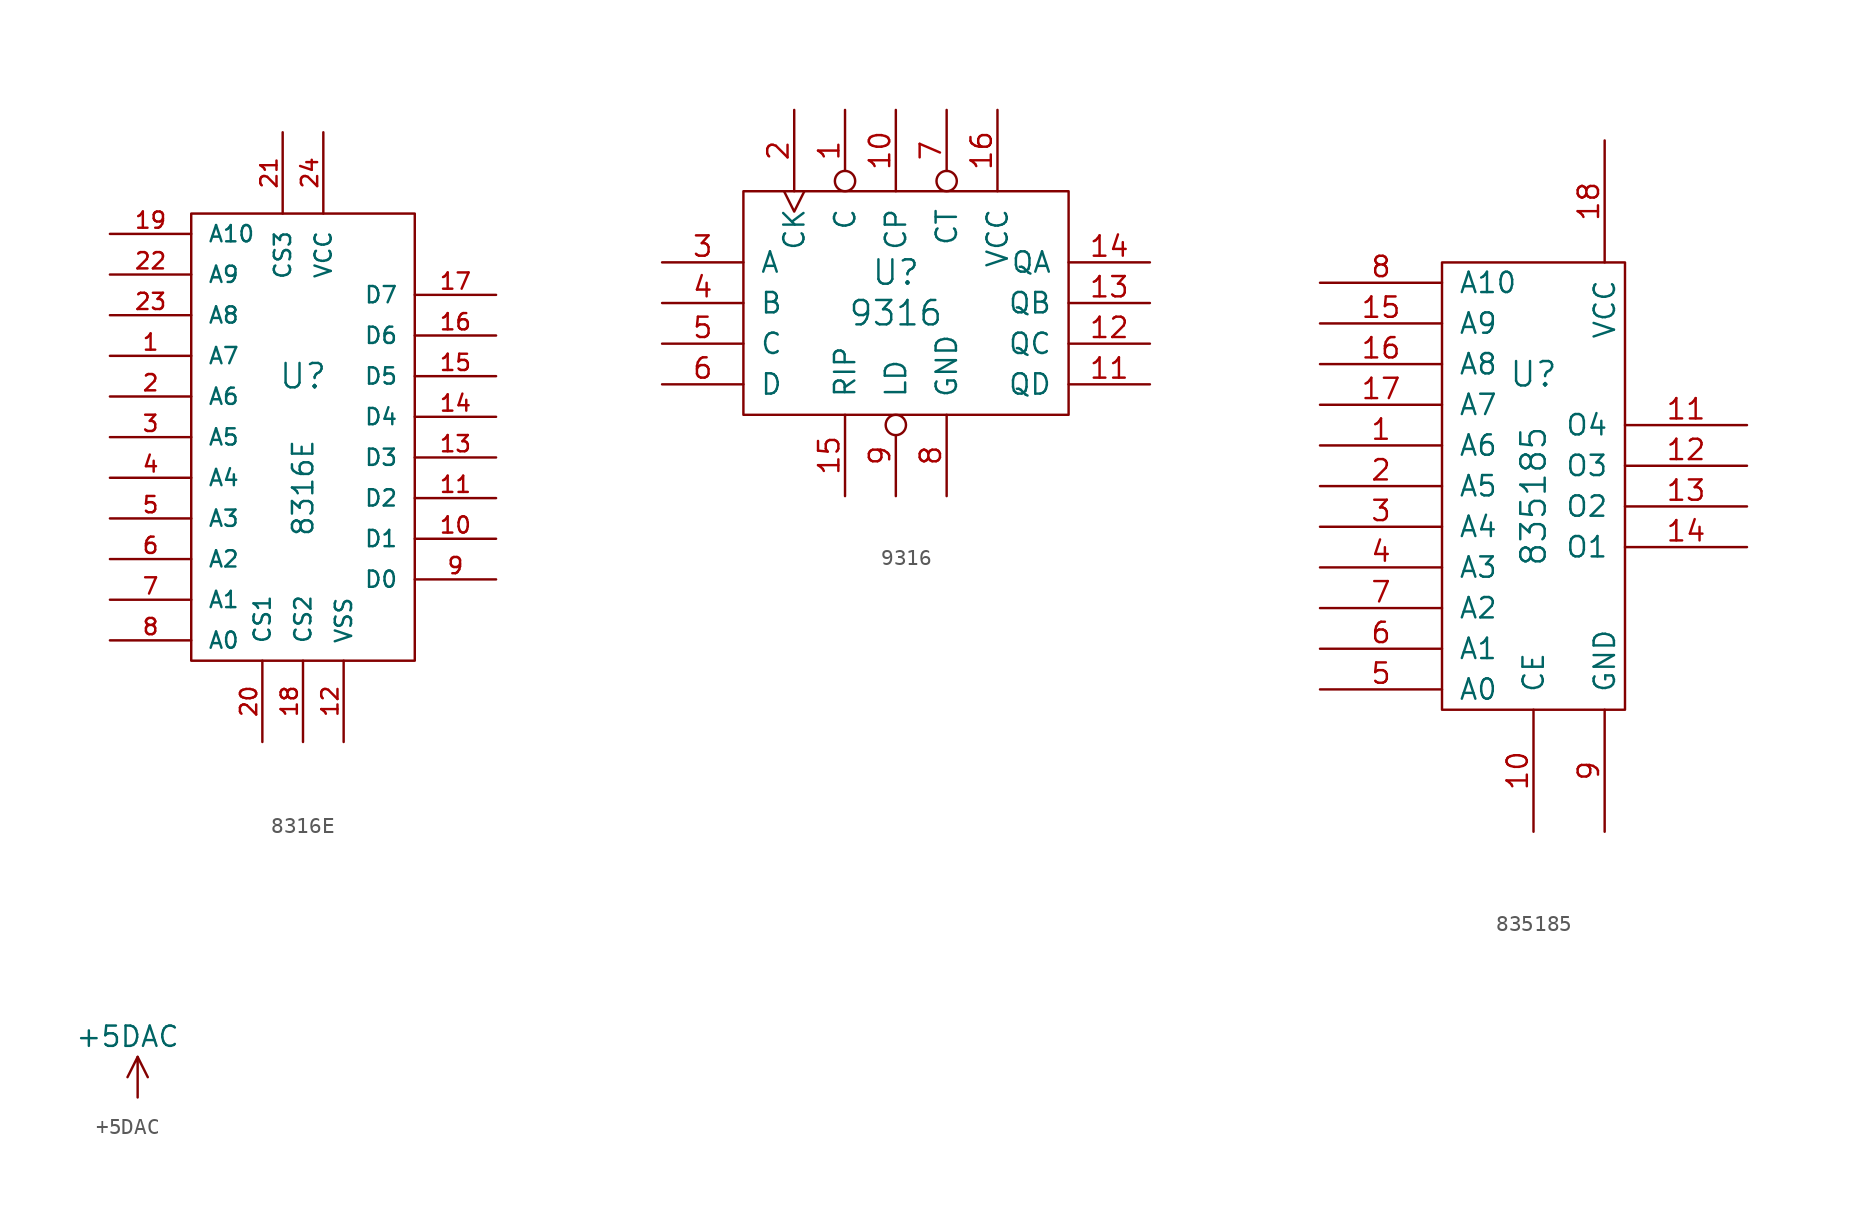
<source format=kicad_sym>
(kicad_symbol_lib
  (version 20211014)
  (generator kicad_symbol_editor)
  (symbol "8316E"
    (pin_names
      (offset 1.016))
    (property "Reference" "U"
      (at 0 3.81 0)
      (effects (font (size 1.524 1.524))))
    (property "Value" "8316E"
      (at 0 -3.175 90)
      (effects (font (size 1.27 1.27))))
    (symbol "8316E_0_1"
      (rectangle (start -6.985 13.97) (end 6.985 -13.97) (stroke (width 0) (type default) (color 0 0 0 0)) (fill (type none))))
    (symbol "8316E_1_0"
      (pin input line (at -12.065 5.08 0) (length 5.08) (name "A7" (effects (font (size 1.016 1.016)))) (number "1" (effects (font (size 1.016 1.016)))))
      (pin bidirectional line (at 12.065 -6.35 180) (length 5.08) (name "D1" (effects (font (size 1.016 1.016)))) (number "10" (effects (font (size 1.016 1.016)))))
      (pin bidirectional line (at 12.065 -3.81 180) (length 5.08) (name "D2" (effects (font (size 1.016 1.016)))) (number "11" (effects (font (size 1.016 1.016)))))
      (pin power_in line (at 2.54 -19.05 90) (length 5.08) (name "VSS" (effects (font (size 1.016 1.016)))) (number "12" (effects (font (size 1.016 1.016)))))
      (pin bidirectional line (at 12.065 -1.27 180) (length 5.08) (name "D3" (effects (font (size 1.016 1.016)))) (number "13" (effects (font (size 1.016 1.016)))))
      (pin bidirectional line (at 12.065 1.27 180) (length 5.08) (name "D4" (effects (font (size 1.016 1.016)))) (number "14" (effects (font (size 1.016 1.016)))))
      (pin bidirectional line (at 12.065 3.81 180) (length 5.08) (name "D5" (effects (font (size 1.016 1.016)))) (number "15" (effects (font (size 1.016 1.016)))))
      (pin bidirectional line (at 12.065 6.35 180) (length 5.08) (name "D6" (effects (font (size 1.016 1.016)))) (number "16" (effects (font (size 1.016 1.016)))))
      (pin bidirectional line (at 12.065 8.89 180) (length 5.08) (name "D7" (effects (font (size 1.016 1.016)))) (number "17" (effects (font (size 1.016 1.016)))))
      (pin input line (at 0 -19.05 90) (length 5.08) (name "CS2" (effects (font (size 1.016 1.016)))) (number "18" (effects (font (size 1.016 1.016)))))
      (pin input line (at -12.065 12.7 0) (length 5.08) (name "A10" (effects (font (size 1.016 1.016)))) (number "19" (effects (font (size 1.016 1.016)))))
      (pin input line (at -12.065 2.54 0) (length 5.08) (name "A6" (effects (font (size 1.016 1.016)))) (number "2" (effects (font (size 1.016 1.016)))))
      (pin input line (at -2.54 -19.05 90) (length 5.08) (name "CS1" (effects (font (size 1.016 1.016)))) (number "20" (effects (font (size 1.016 1.016)))))
      (pin input line (at -1.27 19.05 270) (length 5.08) (name "CS3" (effects (font (size 1.016 1.016)))) (number "21" (effects (font (size 1.016 1.016)))))
      (pin input line (at -12.065 10.16 0) (length 5.08) (name "A9" (effects (font (size 1.016 1.016)))) (number "22" (effects (font (size 1.016 1.016)))))
      (pin input line (at -12.065 7.62 0) (length 5.08) (name "A8" (effects (font (size 1.016 1.016)))) (number "23" (effects (font (size 1.016 1.016)))))
      (pin input line (at 1.27 19.05 270) (length 5.08) (name "VCC" (effects (font (size 1.016 1.016)))) (number "24" (effects (font (size 1.016 1.016)))))
      (pin input line (at -12.065 0 0) (length 5.08) (name "A5" (effects (font (size 1.016 1.016)))) (number "3" (effects (font (size 1.016 1.016)))))
      (pin input line (at -12.065 -2.54 0) (length 5.08) (name "A4" (effects (font (size 1.016 1.016)))) (number "4" (effects (font (size 1.016 1.016)))))
      (pin input line (at -12.065 -5.08 0) (length 5.08) (name "A3" (effects (font (size 1.016 1.016)))) (number "5" (effects (font (size 1.016 1.016)))))
      (pin input line (at -12.065 -7.62 0) (length 5.08) (name "A2" (effects (font (size 1.016 1.016)))) (number "6" (effects (font (size 1.016 1.016)))))
      (pin input line (at -12.065 -10.16 0) (length 5.08) (name "A1" (effects (font (size 1.016 1.016)))) (number "7" (effects (font (size 1.016 1.016)))))
      (pin input line (at -12.065 -12.7 0) (length 5.08) (name "A0" (effects (font (size 1.016 1.016)))) (number "8" (effects (font (size 1.016 1.016)))))
      (pin bidirectional line (at 12.065 -8.89 180) (length 5.08) (name "D0" (effects (font (size 1.016 1.016)))) (number "9" (effects (font (size 1.016 1.016)))))))
  (symbol "9316"
    (pin_names
      (offset 1.016))
    (property "Reference" "U"
      (at 0 3.175 0)
      (effects (font (size 1.524 1.524))))
    (property "Value" "9316"
      (at 0 0.635 0)
      (effects (font (size 1.524 1.524))))
    (symbol "9316_0_1"
      (rectangle (start -9.525 8.255) (end 10.795 -5.715) (stroke (width 0) (type default) (color 0 0 0 0)) (fill (type none))))
    (symbol "9316_1_1"
      (pin input inverted (at -3.175 13.335 270) (length 5.08) (name "C" (effects (font (size 1.27 1.27)))) (number "1" (effects (font (size 1.27 1.27)))))
      (pin input line (at 0 13.335 270) (length 5.08) (name "CP" (effects (font (size 1.27 1.27)))) (number "10" (effects (font (size 1.27 1.27)))))
      (pin output line (at 15.875 -3.81 180) (length 5.08) (name "QD" (effects (font (size 1.27 1.27)))) (number "11" (effects (font (size 1.27 1.27)))))
      (pin output line (at 15.875 -1.27 180) (length 5.08) (name "QC" (effects (font (size 1.27 1.27)))) (number "12" (effects (font (size 1.27 1.27)))))
      (pin output line (at 15.875 1.27 180) (length 5.08) (name "QB" (effects (font (size 1.27 1.27)))) (number "13" (effects (font (size 1.27 1.27)))))
      (pin output line (at 15.875 3.81 180) (length 5.08) (name "QA" (effects (font (size 1.27 1.27)))) (number "14" (effects (font (size 1.27 1.27)))))
      (pin output line (at -3.175 -10.795 90) (length 5.08) (name "RIP" (effects (font (size 1.27 1.27)))) (number "15" (effects (font (size 1.27 1.27)))))
      (pin power_in line (at 6.35 13.335 270) (length 5.08) (name "VCC" (effects (font (size 1.27 1.27)))) (number "16" (effects (font (size 1.27 1.27)))))
      (pin input clock (at -6.35 13.335 270) (length 5.08) (name "CK" (effects (font (size 1.27 1.27)))) (number "2" (effects (font (size 1.27 1.27)))))
      (pin input line (at -14.605 3.81 0) (length 5.08) (name "A" (effects (font (size 1.27 1.27)))) (number "3" (effects (font (size 1.27 1.27)))))
      (pin input line (at -14.605 1.27 0) (length 5.08) (name "B" (effects (font (size 1.27 1.27)))) (number "4" (effects (font (size 1.27 1.27)))))
      (pin input line (at -14.605 -1.27 0) (length 5.08) (name "C" (effects (font (size 1.27 1.27)))) (number "5" (effects (font (size 1.27 1.27)))))
      (pin input line (at -14.605 -3.81 0) (length 5.08) (name "D" (effects (font (size 1.27 1.27)))) (number "6" (effects (font (size 1.27 1.27)))))
      (pin input inverted (at 3.175 13.335 270) (length 5.08) (name "CT" (effects (font (size 1.27 1.27)))) (number "7" (effects (font (size 1.27 1.27)))))
      (pin power_in line (at 3.175 -10.795 90) (length 5.08) (name "GND" (effects (font (size 1.27 1.27)))) (number "8" (effects (font (size 1.27 1.27)))))
      (pin input inverted (at 0 -10.795 90) (length 5.08) (name "LD" (effects (font (size 1.27 1.27)))) (number "9" (effects (font (size 1.27 1.27)))))))
  (symbol "835185"
    (pin_names
      (offset 1.016))
    (property "Reference" "U"
      (at 0 6.985 0)
      (effects (font (size 1.524 1.524))))
    (property "Value" "835185"
      (at 0 -0.635 90)
      (effects (font (size 1.524 1.524))))
    (symbol "835185_0_1"
      (rectangle (start -5.715 -13.97) (end 5.715 13.97) (stroke (width 0) (type default) (color 0 0 0 0)) (fill (type none))))
    (symbol "835185_1_0"
      (pin input line (at -13.335 2.54 0) (length 7.62) (name "A6" (effects (font (size 1.27 1.27)))) (number "1" (effects (font (size 1.27 1.27)))))
      (pin input line (at 0 -21.59 90) (length 7.62) (name "CE" (effects (font (size 1.27 1.27)))) (number "10" (effects (font (size 1.27 1.27)))))
      (pin output line (at 13.335 3.81 180) (length 7.62) (name "O4" (effects (font (size 1.27 1.27)))) (number "11" (effects (font (size 1.27 1.27)))))
      (pin output line (at 13.335 1.27 180) (length 7.62) (name "O3" (effects (font (size 1.27 1.27)))) (number "12" (effects (font (size 1.27 1.27)))))
      (pin output line (at 13.335 -1.27 180) (length 7.62) (name "O2" (effects (font (size 1.27 1.27)))) (number "13" (effects (font (size 1.27 1.27)))))
      (pin output line (at 13.335 -3.81 180) (length 7.62) (name "O1" (effects (font (size 1.27 1.27)))) (number "14" (effects (font (size 1.27 1.27)))))
      (pin input line (at -13.335 10.16 0) (length 7.62) (name "A9" (effects (font (size 1.27 1.27)))) (number "15" (effects (font (size 1.27 1.27)))))
      (pin input line (at -13.335 7.62 0) (length 7.62) (name "A8" (effects (font (size 1.27 1.27)))) (number "16" (effects (font (size 1.27 1.27)))))
      (pin input line (at -13.335 5.08 0) (length 7.62) (name "A7" (effects (font (size 1.27 1.27)))) (number "17" (effects (font (size 1.27 1.27)))))
      (pin power_in line (at 4.445 21.59 270) (length 7.62) (name "VCC" (effects (font (size 1.27 1.27)))) (number "18" (effects (font (size 1.27 1.27)))))
      (pin input line (at -13.335 0 0) (length 7.62) (name "A5" (effects (font (size 1.27 1.27)))) (number "2" (effects (font (size 1.27 1.27)))))
      (pin input line (at -13.335 -2.54 0) (length 7.62) (name "A4" (effects (font (size 1.27 1.27)))) (number "3" (effects (font (size 1.27 1.27)))))
      (pin input line (at -13.335 -5.08 0) (length 7.62) (name "A3" (effects (font (size 1.27 1.27)))) (number "4" (effects (font (size 1.27 1.27)))))
      (pin input line (at -13.335 -12.7 0) (length 7.62) (name "A0" (effects (font (size 1.27 1.27)))) (number "5" (effects (font (size 1.27 1.27)))))
      (pin input line (at -13.335 -10.16 0) (length 7.62) (name "A1" (effects (font (size 1.27 1.27)))) (number "6" (effects (font (size 1.27 1.27)))))
      (pin input line (at -13.335 -7.62 0) (length 7.62) (name "A2" (effects (font (size 1.27 1.27)))) (number "7" (effects (font (size 1.27 1.27)))))
      (pin input line (at -13.335 12.7 0) (length 7.62) (name "A10" (effects (font (size 1.27 1.27)))) (number "8" (effects (font (size 1.27 1.27)))))
      (pin power_in line (at 4.445 -21.59 90) (length 7.62) (name "GND" (effects (font (size 1.27 1.27)))) (number "9" (effects (font (size 1.27 1.27)))))))
  (symbol "+5DAC"
    (power)
    (pin_names
      (offset 0))
    (property "Reference" "#PWR"
      (at 0 -2.54 0)
      (effects (font (size 1.524 1.524)) hide))
    (property "Value" "+5DAC"
      (at -0.635 3.81 0)
      (effects (font (size 1.27 1.27))))
    (symbol "+5DAC_0_1"
      (polyline (pts (xy 0 2.54) (xy 0.635 1.27)) (stroke (width 0) (type default) (color 0 0 0 0)) (fill (type none)))
      (polyline (pts (xy 0 0) (xy 0 2.54) (xy -0.635 1.27)) (stroke (width 0) (type default) (color 0 0 0 0)) (fill (type none))))
    (symbol "+5DAC_1_1"
      (pin power_in line (at 0 0 90) (length 0) hide (name "+5DAC" (effects (font (size 1.27 1.27)))) (number "1" (effects (font (size 1.27 1.27))))))))
</source>
